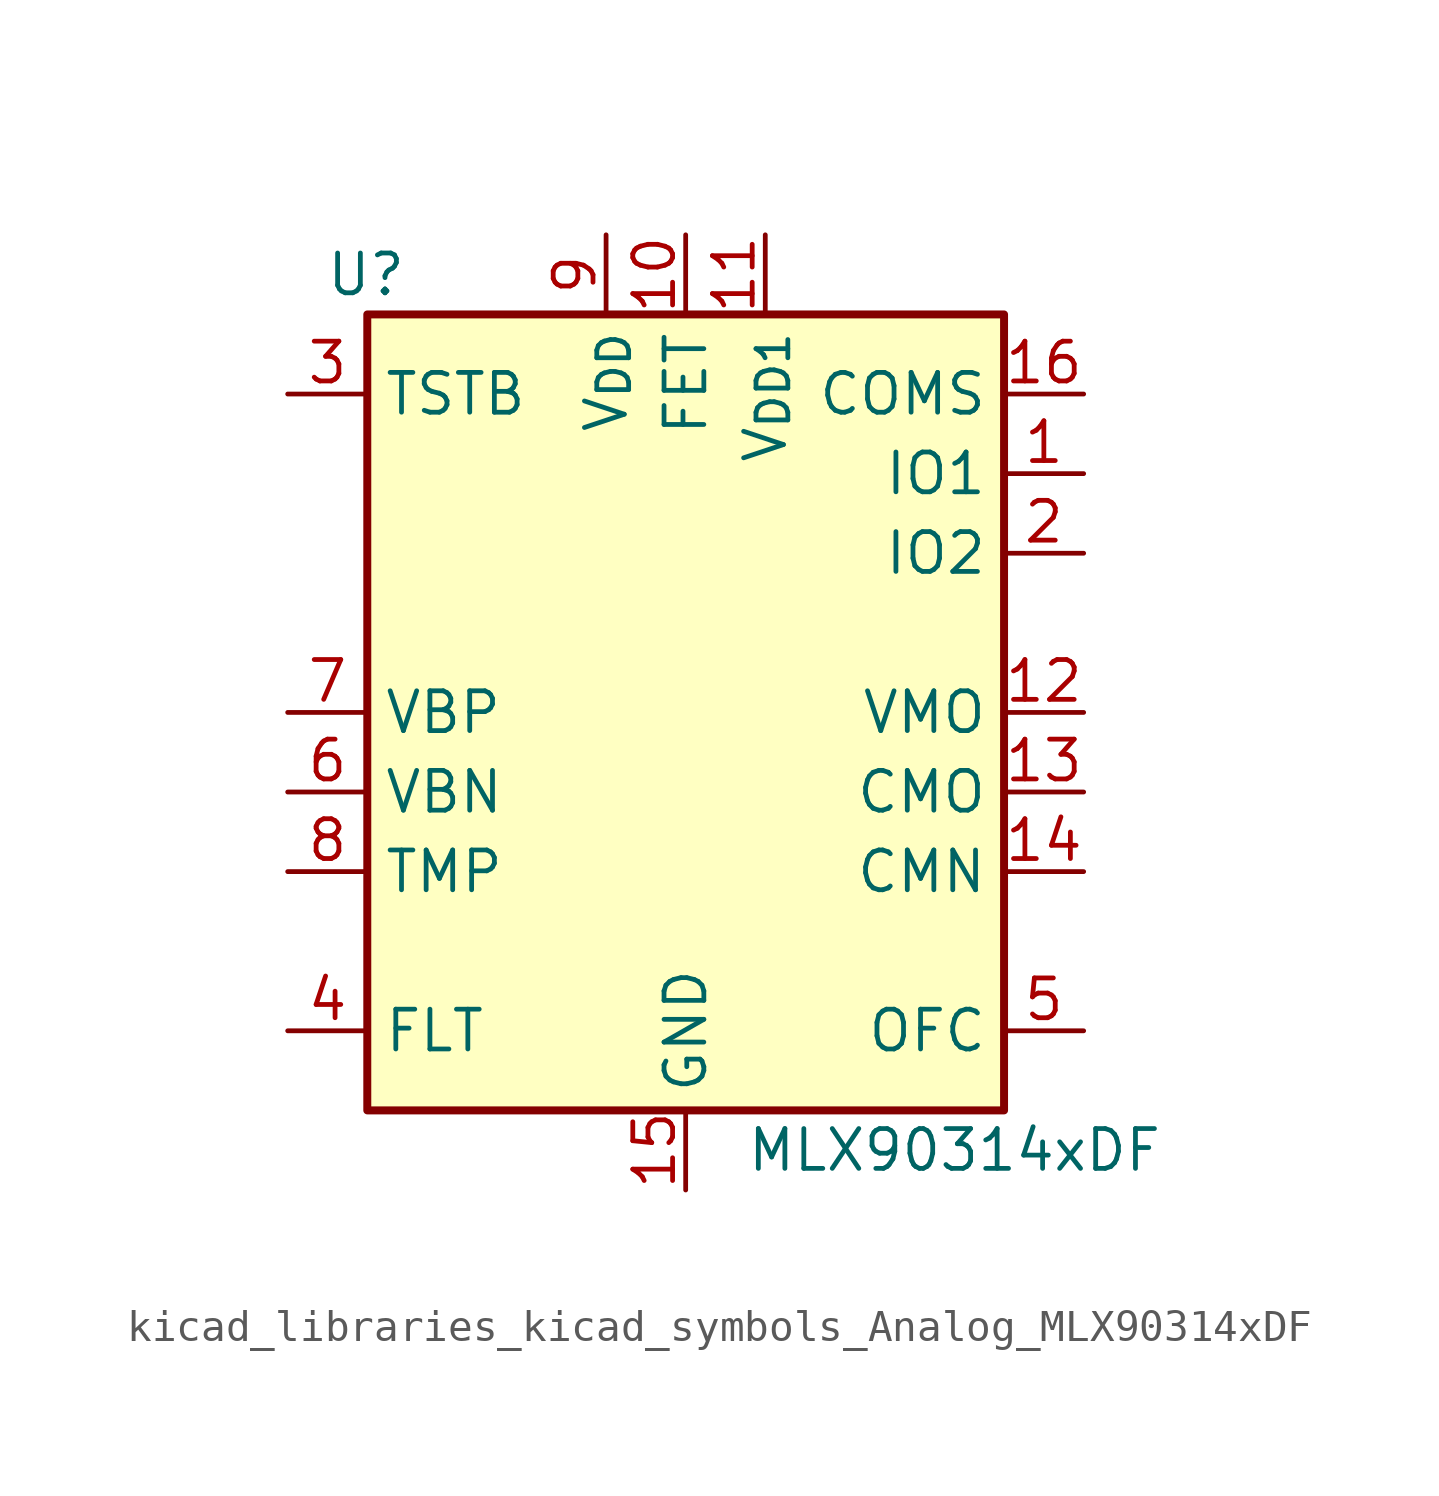
<source format=kicad_sym>
(kicad_symbol_lib
  (version 20220914)
  (generator kicad_symbol_editor)
  (symbol "kicad_libraries_kicad_symbols_Analog_MLX90314xDF"
    (property "Reference" "U"
      (at -8.89 13.97 0)
      (effects (font (size 1.27 1.27)) (justify right)))
    (property "Value" "MLX90314xDF"
      (at 15.24 -13.97 0)
      (effects (font (size 1.27 1.27)) (justify right)))
    (symbol "kicad_libraries_kicad_symbols_Analog_MLX90314xDF_0_1"
      (rectangle (start -10.16 12.7) (end 10.16 -12.7) (stroke (width 0.254) (type default)) (fill (type background))))
    (symbol "kicad_libraries_kicad_symbols_Analog_MLX90314xDF_1_1"
      (pin bidirectional line (at 12.7 7.62 180) (length 2.54) (name "IO1" (effects (font (size 1.27 1.27)))) (number "1" (effects (font (size 1.27 1.27)))))
      (pin output line (at 0 15.24 270) (length 2.54) (name "FET" (effects (font (size 1.27 1.27)))) (number "10" (effects (font (size 1.27 1.27)))))
      (pin power_in line (at 2.54 15.24 270) (length 2.54) (name "V_{DD1}" (effects (font (size 1.27 1.27)))) (number "11" (effects (font (size 1.27 1.27)))))
      (pin output line (at 12.7 0 180) (length 2.54) (name "VMO" (effects (font (size 1.27 1.27)))) (number "12" (effects (font (size 1.27 1.27)))))
      (pin output line (at 12.7 -2.54 180) (length 2.54) (name "CMO" (effects (font (size 1.27 1.27)))) (number "13" (effects (font (size 1.27 1.27)))))
      (pin input line (at 12.7 -5.08 180) (length 2.54) (name "CMN" (effects (font (size 1.27 1.27)))) (number "14" (effects (font (size 1.27 1.27)))))
      (pin power_in line (at 0 -15.24 90) (length 2.54) (name "GND" (effects (font (size 1.27 1.27)))) (number "15" (effects (font (size 1.27 1.27)))))
      (pin bidirectional line (at 12.7 10.16 180) (length 2.54) (name "COMS" (effects (font (size 1.27 1.27)))) (number "16" (effects (font (size 1.27 1.27)))))
      (pin bidirectional line (at 12.7 5.08 180) (length 2.54) (name "IO2" (effects (font (size 1.27 1.27)))) (number "2" (effects (font (size 1.27 1.27)))))
      (pin input line (at -12.7 10.16 0) (length 2.54) (name "TSTB" (effects (font (size 1.27 1.27)))) (number "3" (effects (font (size 1.27 1.27)))))
      (pin passive line (at -12.7 -10.16 0) (length 2.54) (name "FLT" (effects (font (size 1.27 1.27)))) (number "4" (effects (font (size 1.27 1.27)))))
      (pin output line (at 12.7 -10.16 180) (length 2.54) (name "OFC" (effects (font (size 1.27 1.27)))) (number "5" (effects (font (size 1.27 1.27)))))
      (pin input line (at -12.7 -2.54 0) (length 2.54) (name "VBN" (effects (font (size 1.27 1.27)))) (number "6" (effects (font (size 1.27 1.27)))))
      (pin input line (at -12.7 0 0) (length 2.54) (name "VBP" (effects (font (size 1.27 1.27)))) (number "7" (effects (font (size 1.27 1.27)))))
      (pin input line (at -12.7 -5.08 0) (length 2.54) (name "TMP" (effects (font (size 1.27 1.27)))) (number "8" (effects (font (size 1.27 1.27)))))
      (pin power_in line (at -2.54 15.24 270) (length 2.54) (name "V_{DD}" (effects (font (size 1.27 1.27)))) (number "9" (effects (font (size 1.27 1.27))))))))
</source>
